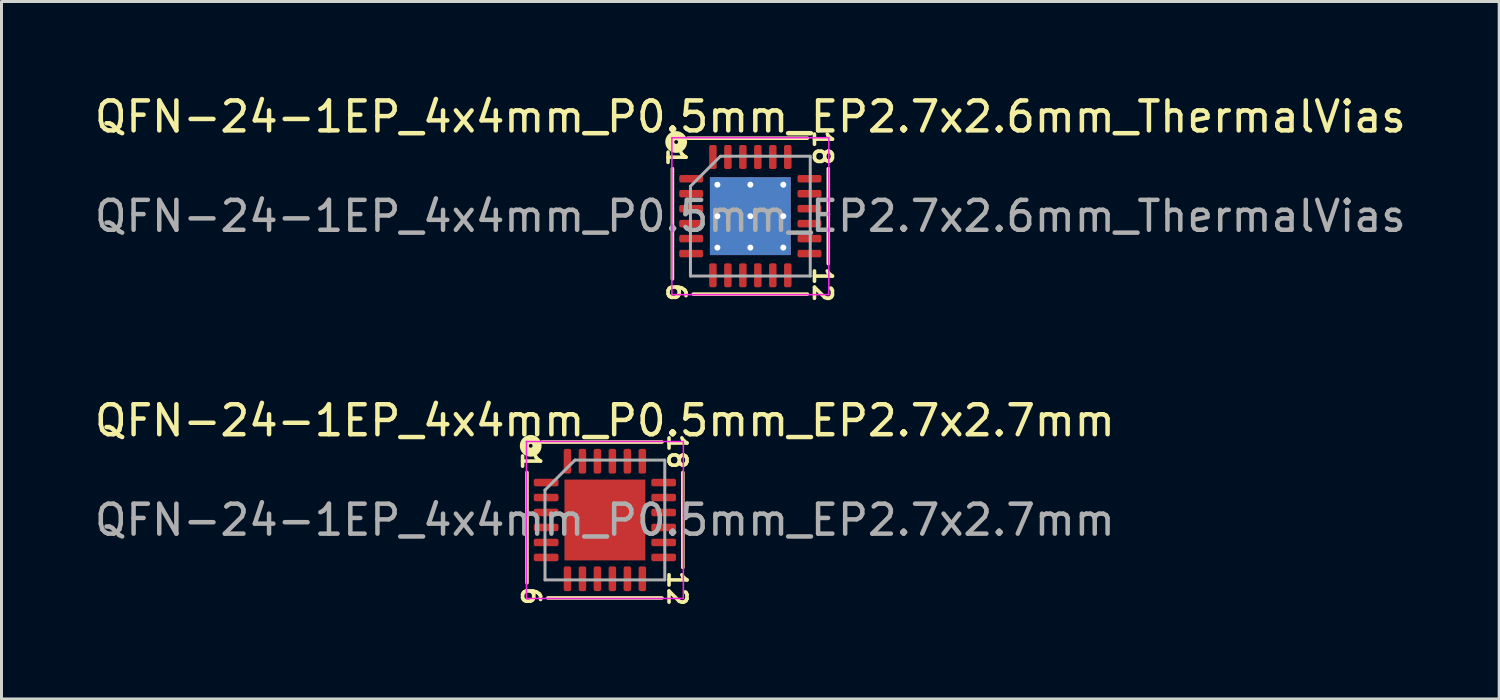
<source format=kicad_pcb>
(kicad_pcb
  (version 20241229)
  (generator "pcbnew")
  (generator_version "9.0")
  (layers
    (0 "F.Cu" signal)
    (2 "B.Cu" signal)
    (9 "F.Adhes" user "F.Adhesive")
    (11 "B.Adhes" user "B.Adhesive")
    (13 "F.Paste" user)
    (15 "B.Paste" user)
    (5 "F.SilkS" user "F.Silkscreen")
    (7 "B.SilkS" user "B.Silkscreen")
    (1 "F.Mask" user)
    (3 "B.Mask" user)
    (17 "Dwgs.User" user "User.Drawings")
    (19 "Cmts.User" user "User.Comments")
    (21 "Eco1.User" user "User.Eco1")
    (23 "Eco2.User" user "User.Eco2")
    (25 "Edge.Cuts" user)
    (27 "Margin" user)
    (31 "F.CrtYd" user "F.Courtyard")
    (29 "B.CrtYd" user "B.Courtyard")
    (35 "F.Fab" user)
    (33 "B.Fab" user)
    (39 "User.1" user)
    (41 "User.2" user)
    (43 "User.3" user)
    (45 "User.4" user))
  (footprint "QFN-24-1EP_4x4mm_P0.5mm_EP2.7x2.6mm_ThermalVias"
    (layer "F.Cu")
    (at 22.006 4.168)
    (property "Reference" "QFN-24-1EP_4x4mm_P0.5mm_EP2.7x2.6mm_ThermalVias" (at 0 -3.32 0) (layer "F.SilkS") (effects (font (size 1 1) (thickness 0.15))))
    (attr smd)
    (fp_line (start -2.603 -1.587) (end -2.603 2.095) (stroke (width 0.12) (type solid)) (layer "F.SilkS"))
    (fp_line (start -1.905 2.603) (end 1.905 2.603) (stroke (width 0.12) (type solid)) (layer "F.SilkS"))
    (fp_line (start 1.905 -2.603) (end -2.095 -2.603) (stroke (width 0.12) (type solid)) (layer "F.SilkS"))
    (fp_line (start 2.603 1.587) (end 2.603 -1.587) (stroke (width 0.12) (type solid)) (layer "F.SilkS"))
    (fp_circle (center -2.477 -2.477) (end -2.413 -2.477) (stroke (width 0.3) (type solid)) (fill no) (layer "F.SilkS"))
    (fp_line (start -2.62 -2.62) (end -2.62 2.62) (stroke (width 0.05) (type solid)) (layer "F.CrtYd"))
    (fp_line (start -2.62 2.62) (end 2.62 2.62) (stroke (width 0.05) (type solid)) (layer "F.CrtYd"))
    (fp_line (start 2.62 -2.62) (end -2.62 -2.62) (stroke (width 0.05) (type solid)) (layer "F.CrtYd"))
    (fp_line (start 2.62 2.62) (end 2.62 -2.62) (stroke (width 0.05) (type solid)) (layer "F.CrtYd"))
    (fp_line (start -2 -1) (end -1 -2) (stroke (width 0.1) (type solid)) (layer "F.Fab"))
    (fp_line (start -2 2) (end -2 -1) (stroke (width 0.1) (type solid)) (layer "F.Fab"))
    (fp_line (start -1 -2) (end 2 -2) (stroke (width 0.1) (type solid)) (layer "F.Fab"))
    (fp_line (start 2 -2) (end 2 2) (stroke (width 0.1) (type solid)) (layer "F.Fab"))
    (fp_line (start 2 2) (end -2 2) (stroke (width 0.1) (type solid)) (layer "F.Fab"))
    (fp_text user "1" (at -2.477 -1.968 270) (unlocked yes) (layer "F.SilkS") (effects (font (size 0.6 0.6) (thickness 0.12))))
    (fp_text user "6" (at -2.477 2.54 270) (unlocked yes) (layer "F.SilkS") (effects (font (size 0.6 0.6) (thickness 0.12))))
    (fp_text user "12" (at 2.413 2.286 270) (unlocked yes) (layer "F.SilkS") (effects (font (size 0.6 0.6) (thickness 0.12))))
    (fp_text user "18" (at 2.413 -2.286 270) (unlocked yes) (layer "F.SilkS") (effects (font (size 0.6 0.6) (thickness 0.12))))
    (fp_text user "${REFERENCE}" (at 0 0 0) (layer "F.Fab") (effects (font (size 1 1) (thickness 0.15))))
    (pad "" smd roundrect (at -0.675 -0.65) (size 1.17 1.13) (layers "F.Paste") (roundrect_rratio 0.221))
    (pad "" smd roundrect (at -0.675 0.65) (size 1.17 1.13) (layers "F.Paste") (roundrect_rratio 0.221))
    (pad "" smd roundrect (at 0.675 -0.65) (size 1.17 1.13) (layers "F.Paste") (roundrect_rratio 0.221))
    (pad "" smd roundrect (at 0.675 0.65) (size 1.17 1.13) (layers "F.Paste") (roundrect_rratio 0.221))
    (pad "1" smd roundrect (at -1.975 -1.25) (size 0.8 0.25) (layers "F.Cu" "F.Mask" "F.Paste") (roundrect_rratio 0.25))
    (pad "2" smd roundrect (at -1.975 -0.75) (size 0.8 0.25) (layers "F.Cu" "F.Mask" "F.Paste") (roundrect_rratio 0.25))
    (pad "3" smd roundrect (at -1.975 -0.25) (size 0.8 0.25) (layers "F.Cu" "F.Mask" "F.Paste") (roundrect_rratio 0.25))
    (pad "4" smd roundrect (at -1.975 0.25) (size 0.8 0.25) (layers "F.Cu" "F.Mask" "F.Paste") (roundrect_rratio 0.25))
    (pad "5" smd roundrect (at -1.975 0.75) (size 0.8 0.25) (layers "F.Cu" "F.Mask" "F.Paste") (roundrect_rratio 0.25))
    (pad "6" smd roundrect (at -1.975 1.25) (size 0.8 0.25) (layers "F.Cu" "F.Mask" "F.Paste") (roundrect_rratio 0.25))
    (pad "7" smd roundrect (at -1.25 1.975) (size 0.25 0.8) (layers "F.Cu" "F.Mask" "F.Paste") (roundrect_rratio 0.25))
    (pad "8" smd roundrect (at -0.75 1.975) (size 0.25 0.8) (layers "F.Cu" "F.Mask" "F.Paste") (roundrect_rratio 0.25))
    (pad "9" smd roundrect (at -0.25 1.975) (size 0.25 0.8) (layers "F.Cu" "F.Mask" "F.Paste") (roundrect_rratio 0.25))
    (pad "10" smd roundrect (at 0.25 1.975) (size 0.25 0.8) (layers "F.Cu" "F.Mask" "F.Paste") (roundrect_rratio 0.25))
    (pad "11" smd roundrect (at 0.75 1.975) (size 0.25 0.8) (layers "F.Cu" "F.Mask" "F.Paste") (roundrect_rratio 0.25))
    (pad "12" smd roundrect (at 1.25 1.975) (size 0.25 0.8) (layers "F.Cu" "F.Mask" "F.Paste") (roundrect_rratio 0.25))
    (pad "13" smd roundrect (at 1.975 1.25) (size 0.8 0.25) (layers "F.Cu" "F.Mask" "F.Paste") (roundrect_rratio 0.25))
    (pad "14" smd roundrect (at 1.975 0.75) (size 0.8 0.25) (layers "F.Cu" "F.Mask" "F.Paste") (roundrect_rratio 0.25))
    (pad "15" smd roundrect (at 1.975 0.25) (size 0.8 0.25) (layers "F.Cu" "F.Mask" "F.Paste") (roundrect_rratio 0.25))
    (pad "16" smd roundrect (at 1.975 -0.25) (size 0.8 0.25) (layers "F.Cu" "F.Mask" "F.Paste") (roundrect_rratio 0.25))
    (pad "17" smd roundrect (at 1.975 -0.75) (size 0.8 0.25) (layers "F.Cu" "F.Mask" "F.Paste") (roundrect_rratio 0.25))
    (pad "18" smd roundrect (at 1.975 -1.25) (size 0.8 0.25) (layers "F.Cu" "F.Mask" "F.Paste") (roundrect_rratio 0.25))
    (pad "19" smd roundrect (at 1.25 -1.975) (size 0.25 0.8) (layers "F.Cu" "F.Mask" "F.Paste") (roundrect_rratio 0.25))
    (pad "20" smd roundrect (at 0.75 -1.975) (size 0.25 0.8) (layers "F.Cu" "F.Mask" "F.Paste") (roundrect_rratio 0.25))
    (pad "21" smd roundrect (at 0.25 -1.975) (size 0.25 0.8) (layers "F.Cu" "F.Mask" "F.Paste") (roundrect_rratio 0.25))
    (pad "22" smd roundrect (at -0.25 -1.975) (size 0.25 0.8) (layers "F.Cu" "F.Mask" "F.Paste") (roundrect_rratio 0.25))
    (pad "23" smd roundrect (at -0.75 -1.975) (size 0.25 0.8) (layers "F.Cu" "F.Mask" "F.Paste") (roundrect_rratio 0.25))
    (pad "24" smd roundrect (at -1.25 -1.975) (size 0.25 0.8) (layers "F.Cu" "F.Mask" "F.Paste") (roundrect_rratio 0.25))
    (pad "25" thru_hole circle (at -1.1 -1.05) (size 0.5 0.5) (drill 0.2) (layers "*.Cu"))
    (pad "25" thru_hole circle (at -1.1 0) (size 0.5 0.5) (drill 0.2) (layers "*.Cu"))
    (pad "25" thru_hole circle (at -1.1 1.05) (size 0.5 0.5) (drill 0.2) (layers "*.Cu"))
    (pad "25" thru_hole circle (at 0 -1.05) (size 0.5 0.5) (drill 0.2) (layers "*.Cu"))
    (pad "25" thru_hole circle (at 0 0) (size 0.5 0.5) (drill 0.2) (layers "*.Cu"))
    (pad "25" smd rect (at 0 0) (size 2.7 2.6) (layers "F.Cu" "F.Mask"))
    (pad "25" smd rect (at 0 0) (size 2.7 2.6) (layers "B.Cu" "B.Mask"))
    (pad "25" thru_hole circle (at 0 1.05) (size 0.5 0.5) (drill 0.2) (layers "*.Cu"))
    (pad "25" thru_hole circle (at 1.1 -1.05) (size 0.5 0.5) (drill 0.2) (layers "*.Cu"))
    (pad "25" thru_hole circle (at 1.1 0) (size 0.5 0.5) (drill 0.2) (layers "*.Cu"))
    (pad "25" thru_hole circle (at 1.1 1.05) (size 0.5 0.5) (drill 0.2) (layers "*.Cu")))
  (footprint "QFN-24-1EP_4x4mm_P0.5mm_EP2.7x2.7mm"
    (layer "F.Cu")
    (at 17.149 14.314)
    (property "Reference" "QFN-24-1EP_4x4mm_P0.5mm_EP2.7x2.7mm" (at 0 -3.32 0) (layer "F.SilkS") (effects (font (size 1 1) (thickness 0.15))))
    (attr smd)
    (fp_line (start -2.603 -1.587) (end -2.603 2.095) (stroke (width 0.12) (type solid)) (layer "F.SilkS"))
    (fp_line (start -1.905 2.603) (end 1.905 2.603) (stroke (width 0.12) (type solid)) (layer "F.SilkS"))
    (fp_line (start 1.905 -2.603) (end -2.095 -2.603) (stroke (width 0.12) (type solid)) (layer "F.SilkS"))
    (fp_line (start 2.603 1.587) (end 2.603 -1.587) (stroke (width 0.12) (type solid)) (layer "F.SilkS"))
    (fp_circle (center -2.477 -2.477) (end -2.413 -2.477) (stroke (width 0.3) (type solid)) (fill no) (layer "F.SilkS"))
    (fp_line (start -2.62 -2.62) (end -2.62 2.62) (stroke (width 0.05) (type solid)) (layer "F.CrtYd"))
    (fp_line (start -2.62 2.62) (end 2.62 2.62) (stroke (width 0.05) (type solid)) (layer "F.CrtYd"))
    (fp_line (start 2.62 -2.62) (end -2.62 -2.62) (stroke (width 0.05) (type solid)) (layer "F.CrtYd"))
    (fp_line (start 2.62 2.62) (end 2.62 -2.62) (stroke (width 0.05) (type solid)) (layer "F.CrtYd"))
    (fp_line (start -2 -1) (end -1 -2) (stroke (width 0.1) (type solid)) (layer "F.Fab"))
    (fp_line (start -2 2) (end -2 -1) (stroke (width 0.1) (type solid)) (layer "F.Fab"))
    (fp_line (start -1 -2) (end 2 -2) (stroke (width 0.1) (type solid)) (layer "F.Fab"))
    (fp_line (start 2 -2) (end 2 2) (stroke (width 0.1) (type solid)) (layer "F.Fab"))
    (fp_line (start 2 2) (end -2 2) (stroke (width 0.1) (type solid)) (layer "F.Fab"))
    (fp_text user "6" (at -2.477 2.54 270) (unlocked yes) (layer "F.SilkS") (effects (font (size 0.6 0.6) (thickness 0.12))))
    (fp_text user "18" (at 2.413 -2.286 270) (unlocked yes) (layer "F.SilkS") (effects (font (size 0.6 0.6) (thickness 0.12))))
    (fp_text user "12" (at 2.413 2.286 270) (unlocked yes) (layer "F.SilkS") (effects (font (size 0.6 0.6) (thickness 0.12))))
    (fp_text user "1" (at -2.477 -1.968 270) (unlocked yes) (layer "F.SilkS") (effects (font (size 0.6 0.6) (thickness 0.12))))
    (fp_text user "${REFERENCE}" (at 0 0 0) (layer "F.Fab") (effects (font (size 1 1) (thickness 0.15))))
    (pad "" smd roundrect (at -0.675 -0.675) (size 1.09 1.09) (layers "F.Paste") (roundrect_rratio 0.229))
    (pad "" smd roundrect (at -0.675 0.675) (size 1.09 1.09) (layers "F.Paste") (roundrect_rratio 0.229))
    (pad "" smd roundrect (at 0.675 -0.675) (size 1.09 1.09) (layers "F.Paste") (roundrect_rratio 0.229))
    (pad "" smd roundrect (at 0.675 0.675) (size 1.09 1.09) (layers "F.Paste") (roundrect_rratio 0.229))
    (pad "1" smd roundrect (at -1.962 -1.25) (size 0.825 0.25) (layers "F.Cu" "F.Mask" "F.Paste") (roundrect_rratio 0.25))
    (pad "2" smd roundrect (at -1.962 -0.75) (size 0.825 0.25) (layers "F.Cu" "F.Mask" "F.Paste") (roundrect_rratio 0.25))
    (pad "3" smd roundrect (at -1.962 -0.25) (size 0.825 0.25) (layers "F.Cu" "F.Mask" "F.Paste") (roundrect_rratio 0.25))
    (pad "4" smd roundrect (at -1.962 0.25) (size 0.825 0.25) (layers "F.Cu" "F.Mask" "F.Paste") (roundrect_rratio 0.25))
    (pad "5" smd roundrect (at -1.962 0.75) (size 0.825 0.25) (layers "F.Cu" "F.Mask" "F.Paste") (roundrect_rratio 0.25))
    (pad "6" smd roundrect (at -1.962 1.25) (size 0.825 0.25) (layers "F.Cu" "F.Mask" "F.Paste") (roundrect_rratio 0.25))
    (pad "7" smd roundrect (at -1.25 1.962) (size 0.25 0.825) (layers "F.Cu" "F.Mask" "F.Paste") (roundrect_rratio 0.25))
    (pad "8" smd roundrect (at -0.75 1.962) (size 0.25 0.825) (layers "F.Cu" "F.Mask" "F.Paste") (roundrect_rratio 0.25))
    (pad "9" smd roundrect (at -0.25 1.962) (size 0.25 0.825) (layers "F.Cu" "F.Mask" "F.Paste") (roundrect_rratio 0.25))
    (pad "10" smd roundrect (at 0.25 1.962) (size 0.25 0.825) (layers "F.Cu" "F.Mask" "F.Paste") (roundrect_rratio 0.25))
    (pad "11" smd roundrect (at 0.75 1.962) (size 0.25 0.825) (layers "F.Cu" "F.Mask" "F.Paste") (roundrect_rratio 0.25))
    (pad "12" smd roundrect (at 1.25 1.962) (size 0.25 0.825) (layers "F.Cu" "F.Mask" "F.Paste") (roundrect_rratio 0.25))
    (pad "13" smd roundrect (at 1.962 1.25) (size 0.825 0.25) (layers "F.Cu" "F.Mask" "F.Paste") (roundrect_rratio 0.25))
    (pad "14" smd roundrect (at 1.962 0.75) (size 0.825 0.25) (layers "F.Cu" "F.Mask" "F.Paste") (roundrect_rratio 0.25))
    (pad "15" smd roundrect (at 1.962 0.25) (size 0.825 0.25) (layers "F.Cu" "F.Mask" "F.Paste") (roundrect_rratio 0.25))
    (pad "16" smd roundrect (at 1.962 -0.25) (size 0.825 0.25) (layers "F.Cu" "F.Mask" "F.Paste") (roundrect_rratio 0.25))
    (pad "17" smd roundrect (at 1.962 -0.75) (size 0.825 0.25) (layers "F.Cu" "F.Mask" "F.Paste") (roundrect_rratio 0.25))
    (pad "18" smd roundrect (at 1.962 -1.25) (size 0.825 0.25) (layers "F.Cu" "F.Mask" "F.Paste") (roundrect_rratio 0.25))
    (pad "19" smd roundrect (at 1.25 -1.962) (size 0.25 0.825) (layers "F.Cu" "F.Mask" "F.Paste") (roundrect_rratio 0.25))
    (pad "20" smd roundrect (at 0.75 -1.962) (size 0.25 0.825) (layers "F.Cu" "F.Mask" "F.Paste") (roundrect_rratio 0.25))
    (pad "21" smd roundrect (at 0.25 -1.962) (size 0.25 0.825) (layers "F.Cu" "F.Mask" "F.Paste") (roundrect_rratio 0.25))
    (pad "22" smd roundrect (at -0.25 -1.962) (size 0.25 0.825) (layers "F.Cu" "F.Mask" "F.Paste") (roundrect_rratio 0.25))
    (pad "23" smd roundrect (at -0.75 -1.962) (size 0.25 0.825) (layers "F.Cu" "F.Mask" "F.Paste") (roundrect_rratio 0.25))
    (pad "24" smd roundrect (at -1.25 -1.962) (size 0.25 0.825) (layers "F.Cu" "F.Mask" "F.Paste") (roundrect_rratio 0.25))
    (pad "25" smd rect (at 0 0) (size 2.7 2.7) (layers "F.Cu" "F.Mask")))
  (gr_rect
    (start -3 -3)
    (end 47.012 20.291)
    (stroke (width 0.1) (type default))
    (fill no)
    (layer "Edge.Cuts")))
</source>
